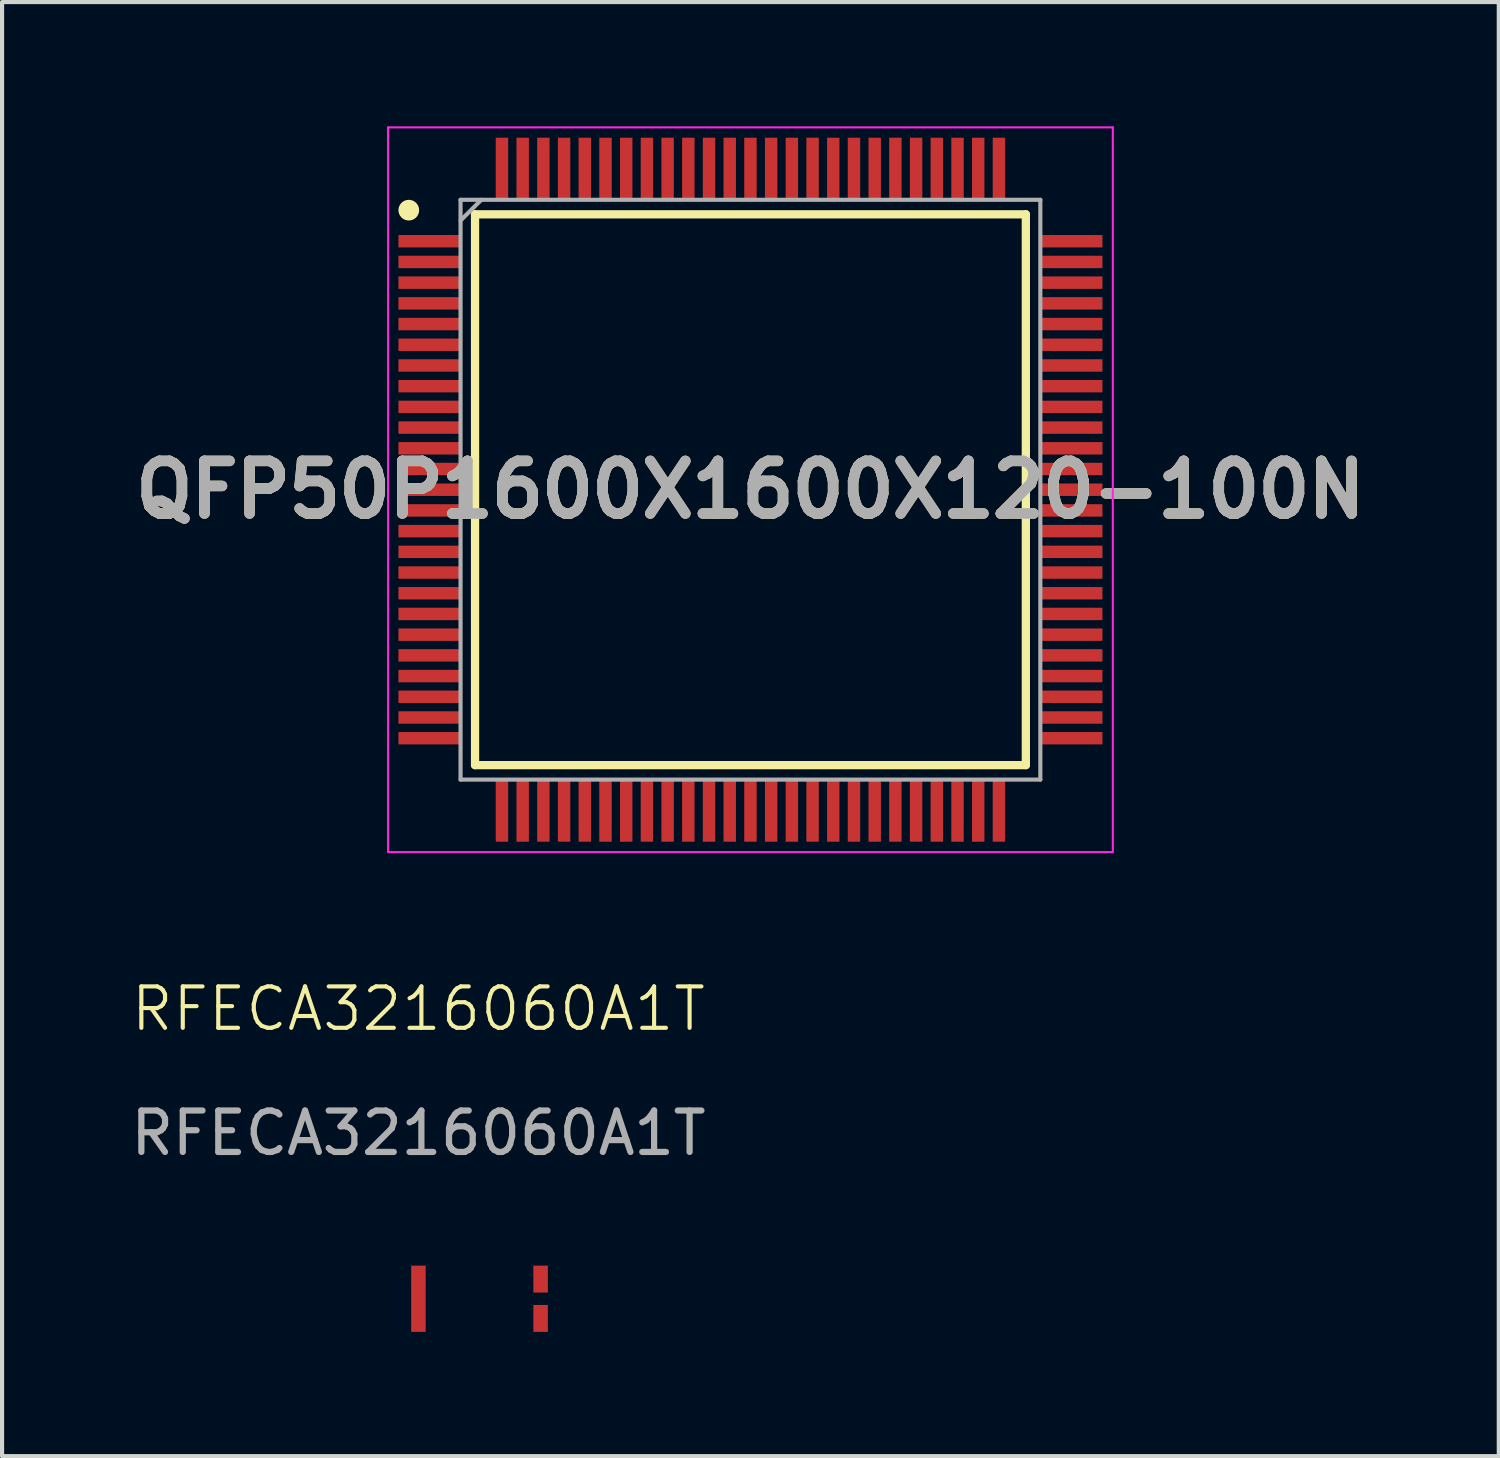
<source format=kicad_pcb>
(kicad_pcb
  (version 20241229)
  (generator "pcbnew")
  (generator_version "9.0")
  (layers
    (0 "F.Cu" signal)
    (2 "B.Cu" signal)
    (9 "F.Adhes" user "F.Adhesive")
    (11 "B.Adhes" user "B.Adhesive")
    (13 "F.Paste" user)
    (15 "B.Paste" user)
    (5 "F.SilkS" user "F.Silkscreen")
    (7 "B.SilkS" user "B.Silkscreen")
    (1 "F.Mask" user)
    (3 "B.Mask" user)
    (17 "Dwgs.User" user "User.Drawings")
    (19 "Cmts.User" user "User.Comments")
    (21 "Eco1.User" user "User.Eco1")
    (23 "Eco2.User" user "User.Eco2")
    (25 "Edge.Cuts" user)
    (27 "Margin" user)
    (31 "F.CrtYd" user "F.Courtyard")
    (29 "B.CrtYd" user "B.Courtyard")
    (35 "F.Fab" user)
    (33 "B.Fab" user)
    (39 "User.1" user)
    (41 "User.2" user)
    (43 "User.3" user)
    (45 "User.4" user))
  (footprint "RFECA3216060A1T"
    (layer "F.Cu")
    (at 7.054 28.311)
    (property "Reference" "RFECA3216060A1T" (at 0 -7 0) (unlocked yes) (layer "F.SilkS") (effects (font (size 1 1) (thickness 0.1))))
    (attr smd)
    (fp_text user "${REFERENCE}" (at 0 -4 0) (unlocked yes) (layer "F.Fab") (effects (font (size 1 1) (thickness 0.15))))
    (pad "1" smd rect (at 2.95 -0.475) (size 0.35 0.65) (layers "F.Cu" "F.Mask" "F.Paste"))
    (pad "2" smd rect (at 2.95 0.475) (size 0.35 0.65) (layers "F.Cu" "F.Mask" "F.Paste"))
    (pad "3" smd rect (at 0 0) (size 0.35 1.6) (layers "F.Cu" "F.Mask" "F.Paste")))
  (footprint "QFP50P1600X1600X120-100N"
    (layer "F.Cu")
    (at 15.071 8.775)
    (property "Reference" "QFP50P1600X1600X120-100N" (at 0 0 0) (layer "F.SilkS") (effects (font (size 1.27 1.27) (thickness 0.254))))
    (attr smd)
    (fp_line (start -6.65 -6.65) (end 6.65 -6.65) (stroke (width 0.2) (type solid)) (layer "F.SilkS"))
    (fp_line (start -6.65 6.65) (end -6.65 -6.65) (stroke (width 0.2) (type solid)) (layer "F.SilkS"))
    (fp_line (start 6.65 -6.65) (end 6.65 6.65) (stroke (width 0.2) (type solid)) (layer "F.SilkS"))
    (fp_line (start 6.65 6.65) (end -6.65 6.65) (stroke (width 0.2) (type solid)) (layer "F.SilkS"))
    (fp_circle (center -8.25 -6.75) (end -8.25 -6.625) (stroke (width 0.25) (type solid)) (fill no) (layer "F.SilkS"))
    (fp_line (start -8.75 -8.75) (end 8.75 -8.75) (stroke (width 0.05) (type solid)) (layer "F.CrtYd"))
    (fp_line (start -8.75 8.75) (end -8.75 -8.75) (stroke (width 0.05) (type solid)) (layer "F.CrtYd"))
    (fp_line (start 8.75 -8.75) (end 8.75 8.75) (stroke (width 0.05) (type solid)) (layer "F.CrtYd"))
    (fp_line (start 8.75 8.75) (end -8.75 8.75) (stroke (width 0.05) (type solid)) (layer "F.CrtYd"))
    (fp_line (start -7 -7) (end 7 -7) (stroke (width 0.1) (type solid)) (layer "F.Fab"))
    (fp_line (start -7 -6.5) (end -6.5 -7) (stroke (width 0.1) (type solid)) (layer "F.Fab"))
    (fp_line (start -7 7) (end -7 -7) (stroke (width 0.1) (type solid)) (layer "F.Fab"))
    (fp_line (start 7 -7) (end 7 7) (stroke (width 0.1) (type solid)) (layer "F.Fab"))
    (fp_line (start 7 7) (end -7 7) (stroke (width 0.1) (type solid)) (layer "F.Fab"))
    (fp_text user "${REFERENCE}" (at 0 0 0) (layer "F.Fab") (effects (font (size 1.27 1.27) (thickness 0.254))))
    (pad "1" smd rect (at -7.75 -6 90) (size 0.3 1.5) (layers "F.Cu" "F.Mask" "F.Paste"))
    (pad "2" smd rect (at -7.75 -5.5 90) (size 0.3 1.5) (layers "F.Cu" "F.Mask" "F.Paste"))
    (pad "3" smd rect (at -7.75 -5 90) (size 0.3 1.5) (layers "F.Cu" "F.Mask" "F.Paste"))
    (pad "4" smd rect (at -7.75 -4.5 90) (size 0.3 1.5) (layers "F.Cu" "F.Mask" "F.Paste"))
    (pad "5" smd rect (at -7.75 -4 90) (size 0.3 1.5) (layers "F.Cu" "F.Mask" "F.Paste"))
    (pad "6" smd rect (at -7.75 -3.5 90) (size 0.3 1.5) (layers "F.Cu" "F.Mask" "F.Paste"))
    (pad "7" smd rect (at -7.75 -3 90) (size 0.3 1.5) (layers "F.Cu" "F.Mask" "F.Paste"))
    (pad "8" smd rect (at -7.75 -2.5 90) (size 0.3 1.5) (layers "F.Cu" "F.Mask" "F.Paste"))
    (pad "9" smd rect (at -7.75 -2 90) (size 0.3 1.5) (layers "F.Cu" "F.Mask" "F.Paste"))
    (pad "10" smd rect (at -7.75 -1.5 90) (size 0.3 1.5) (layers "F.Cu" "F.Mask" "F.Paste"))
    (pad "11" smd rect (at -7.75 -1 90) (size 0.3 1.5) (layers "F.Cu" "F.Mask" "F.Paste"))
    (pad "12" smd rect (at -7.75 -0.5 90) (size 0.3 1.5) (layers "F.Cu" "F.Mask" "F.Paste"))
    (pad "13" smd rect (at -7.75 0 90) (size 0.3 1.5) (layers "F.Cu" "F.Mask" "F.Paste"))
    (pad "14" smd rect (at -7.75 0.5 90) (size 0.3 1.5) (layers "F.Cu" "F.Mask" "F.Paste"))
    (pad "15" smd rect (at -7.75 1 90) (size 0.3 1.5) (layers "F.Cu" "F.Mask" "F.Paste"))
    (pad "16" smd rect (at -7.75 1.5 90) (size 0.3 1.5) (layers "F.Cu" "F.Mask" "F.Paste"))
    (pad "17" smd rect (at -7.75 2 90) (size 0.3 1.5) (layers "F.Cu" "F.Mask" "F.Paste"))
    (pad "18" smd rect (at -7.75 2.5 90) (size 0.3 1.5) (layers "F.Cu" "F.Mask" "F.Paste"))
    (pad "19" smd rect (at -7.75 3 90) (size 0.3 1.5) (layers "F.Cu" "F.Mask" "F.Paste"))
    (pad "20" smd rect (at -7.75 3.5 90) (size 0.3 1.5) (layers "F.Cu" "F.Mask" "F.Paste"))
    (pad "21" smd rect (at -7.75 4 90) (size 0.3 1.5) (layers "F.Cu" "F.Mask" "F.Paste"))
    (pad "22" smd rect (at -7.75 4.5 90) (size 0.3 1.5) (layers "F.Cu" "F.Mask" "F.Paste"))
    (pad "23" smd rect (at -7.75 5 90) (size 0.3 1.5) (layers "F.Cu" "F.Mask" "F.Paste"))
    (pad "24" smd rect (at -7.75 5.5 90) (size 0.3 1.5) (layers "F.Cu" "F.Mask" "F.Paste"))
    (pad "25" smd rect (at -7.75 6 90) (size 0.3 1.5) (layers "F.Cu" "F.Mask" "F.Paste"))
    (pad "26" smd rect (at -6 7.75) (size 0.3 1.5) (layers "F.Cu" "F.Mask" "F.Paste"))
    (pad "27" smd rect (at -5.5 7.75) (size 0.3 1.5) (layers "F.Cu" "F.Mask" "F.Paste"))
    (pad "28" smd rect (at -5 7.75) (size 0.3 1.5) (layers "F.Cu" "F.Mask" "F.Paste"))
    (pad "29" smd rect (at -4.5 7.75) (size 0.3 1.5) (layers "F.Cu" "F.Mask" "F.Paste"))
    (pad "30" smd rect (at -4 7.75) (size 0.3 1.5) (layers "F.Cu" "F.Mask" "F.Paste"))
    (pad "31" smd rect (at -3.5 7.75) (size 0.3 1.5) (layers "F.Cu" "F.Mask" "F.Paste"))
    (pad "32" smd rect (at -3 7.75) (size 0.3 1.5) (layers "F.Cu" "F.Mask" "F.Paste"))
    (pad "33" smd rect (at -2.5 7.75) (size 0.3 1.5) (layers "F.Cu" "F.Mask" "F.Paste"))
    (pad "34" smd rect (at -2 7.75) (size 0.3 1.5) (layers "F.Cu" "F.Mask" "F.Paste"))
    (pad "35" smd rect (at -1.5 7.75) (size 0.3 1.5) (layers "F.Cu" "F.Mask" "F.Paste"))
    (pad "36" smd rect (at -1 7.75) (size 0.3 1.5) (layers "F.Cu" "F.Mask" "F.Paste"))
    (pad "37" smd rect (at -0.5 7.75) (size 0.3 1.5) (layers "F.Cu" "F.Mask" "F.Paste"))
    (pad "38" smd rect (at 0 7.75) (size 0.3 1.5) (layers "F.Cu" "F.Mask" "F.Paste"))
    (pad "39" smd rect (at 0.5 7.75) (size 0.3 1.5) (layers "F.Cu" "F.Mask" "F.Paste"))
    (pad "40" smd rect (at 1 7.75) (size 0.3 1.5) (layers "F.Cu" "F.Mask" "F.Paste"))
    (pad "41" smd rect (at 1.5 7.75) (size 0.3 1.5) (layers "F.Cu" "F.Mask" "F.Paste"))
    (pad "42" smd rect (at 2 7.75) (size 0.3 1.5) (layers "F.Cu" "F.Mask" "F.Paste"))
    (pad "43" smd rect (at 2.5 7.75) (size 0.3 1.5) (layers "F.Cu" "F.Mask" "F.Paste"))
    (pad "44" smd rect (at 3 7.75) (size 0.3 1.5) (layers "F.Cu" "F.Mask" "F.Paste"))
    (pad "45" smd rect (at 3.5 7.75) (size 0.3 1.5) (layers "F.Cu" "F.Mask" "F.Paste"))
    (pad "46" smd rect (at 4 7.75) (size 0.3 1.5) (layers "F.Cu" "F.Mask" "F.Paste"))
    (pad "47" smd rect (at 4.5 7.75) (size 0.3 1.5) (layers "F.Cu" "F.Mask" "F.Paste"))
    (pad "48" smd rect (at 5 7.75) (size 0.3 1.5) (layers "F.Cu" "F.Mask" "F.Paste"))
    (pad "49" smd rect (at 5.5 7.75) (size 0.3 1.5) (layers "F.Cu" "F.Mask" "F.Paste"))
    (pad "50" smd rect (at 6 7.75) (size 0.3 1.5) (layers "F.Cu" "F.Mask" "F.Paste"))
    (pad "51" smd rect (at 7.75 6 90) (size 0.3 1.5) (layers "F.Cu" "F.Mask" "F.Paste"))
    (pad "52" smd rect (at 7.75 5.5 90) (size 0.3 1.5) (layers "F.Cu" "F.Mask" "F.Paste"))
    (pad "53" smd rect (at 7.75 5 90) (size 0.3 1.5) (layers "F.Cu" "F.Mask" "F.Paste"))
    (pad "54" smd rect (at 7.75 4.5 90) (size 0.3 1.5) (layers "F.Cu" "F.Mask" "F.Paste"))
    (pad "55" smd rect (at 7.75 4 90) (size 0.3 1.5) (layers "F.Cu" "F.Mask" "F.Paste"))
    (pad "56" smd rect (at 7.75 3.5 90) (size 0.3 1.5) (layers "F.Cu" "F.Mask" "F.Paste"))
    (pad "57" smd rect (at 7.75 3 90) (size 0.3 1.5) (layers "F.Cu" "F.Mask" "F.Paste"))
    (pad "58" smd rect (at 7.75 2.5 90) (size 0.3 1.5) (layers "F.Cu" "F.Mask" "F.Paste"))
    (pad "59" smd rect (at 7.75 2 90) (size 0.3 1.5) (layers "F.Cu" "F.Mask" "F.Paste"))
    (pad "60" smd rect (at 7.75 1.5 90) (size 0.3 1.5) (layers "F.Cu" "F.Mask" "F.Paste"))
    (pad "61" smd rect (at 7.75 1 90) (size 0.3 1.5) (layers "F.Cu" "F.Mask" "F.Paste"))
    (pad "62" smd rect (at 7.75 0.5 90) (size 0.3 1.5) (layers "F.Cu" "F.Mask" "F.Paste"))
    (pad "63" smd rect (at 7.75 0 90) (size 0.3 1.5) (layers "F.Cu" "F.Mask" "F.Paste"))
    (pad "64" smd rect (at 7.75 -0.5 90) (size 0.3 1.5) (layers "F.Cu" "F.Mask" "F.Paste"))
    (pad "65" smd rect (at 7.75 -1 90) (size 0.3 1.5) (layers "F.Cu" "F.Mask" "F.Paste"))
    (pad "66" smd rect (at 7.75 -1.5 90) (size 0.3 1.5) (layers "F.Cu" "F.Mask" "F.Paste"))
    (pad "67" smd rect (at 7.75 -2 90) (size 0.3 1.5) (layers "F.Cu" "F.Mask" "F.Paste"))
    (pad "68" smd rect (at 7.75 -2.5 90) (size 0.3 1.5) (layers "F.Cu" "F.Mask" "F.Paste"))
    (pad "69" smd rect (at 7.75 -3 90) (size 0.3 1.5) (layers "F.Cu" "F.Mask" "F.Paste"))
    (pad "70" smd rect (at 7.75 -3.5 90) (size 0.3 1.5) (layers "F.Cu" "F.Mask" "F.Paste"))
    (pad "71" smd rect (at 7.75 -4 90) (size 0.3 1.5) (layers "F.Cu" "F.Mask" "F.Paste"))
    (pad "72" smd rect (at 7.75 -4.5 90) (size 0.3 1.5) (layers "F.Cu" "F.Mask" "F.Paste"))
    (pad "73" smd rect (at 7.75 -5 90) (size 0.3 1.5) (layers "F.Cu" "F.Mask" "F.Paste"))
    (pad "74" smd rect (at 7.75 -5.5 90) (size 0.3 1.5) (layers "F.Cu" "F.Mask" "F.Paste"))
    (pad "75" smd rect (at 7.75 -6 90) (size 0.3 1.5) (layers "F.Cu" "F.Mask" "F.Paste"))
    (pad "76" smd rect (at 6 -7.75) (size 0.3 1.5) (layers "F.Cu" "F.Mask" "F.Paste"))
    (pad "77" smd rect (at 5.5 -7.75) (size 0.3 1.5) (layers "F.Cu" "F.Mask" "F.Paste"))
    (pad "78" smd rect (at 5 -7.75) (size 0.3 1.5) (layers "F.Cu" "F.Mask" "F.Paste"))
    (pad "79" smd rect (at 4.5 -7.75) (size 0.3 1.5) (layers "F.Cu" "F.Mask" "F.Paste"))
    (pad "80" smd rect (at 4 -7.75) (size 0.3 1.5) (layers "F.Cu" "F.Mask" "F.Paste"))
    (pad "81" smd rect (at 3.5 -7.75) (size 0.3 1.5) (layers "F.Cu" "F.Mask" "F.Paste"))
    (pad "82" smd rect (at 3 -7.75) (size 0.3 1.5) (layers "F.Cu" "F.Mask" "F.Paste"))
    (pad "83" smd rect (at 2.5 -7.75) (size 0.3 1.5) (layers "F.Cu" "F.Mask" "F.Paste"))
    (pad "84" smd rect (at 2 -7.75) (size 0.3 1.5) (layers "F.Cu" "F.Mask" "F.Paste"))
    (pad "85" smd rect (at 1.5 -7.75) (size 0.3 1.5) (layers "F.Cu" "F.Mask" "F.Paste"))
    (pad "86" smd rect (at 1 -7.75) (size 0.3 1.5) (layers "F.Cu" "F.Mask" "F.Paste"))
    (pad "87" smd rect (at 0.5 -7.75) (size 0.3 1.5) (layers "F.Cu" "F.Mask" "F.Paste"))
    (pad "88" smd rect (at 0 -7.75) (size 0.3 1.5) (layers "F.Cu" "F.Mask" "F.Paste"))
    (pad "89" smd rect (at -0.5 -7.75) (size 0.3 1.5) (layers "F.Cu" "F.Mask" "F.Paste"))
    (pad "90" smd rect (at -1 -7.75) (size 0.3 1.5) (layers "F.Cu" "F.Mask" "F.Paste"))
    (pad "91" smd rect (at -1.5 -7.75) (size 0.3 1.5) (layers "F.Cu" "F.Mask" "F.Paste"))
    (pad "92" smd rect (at -2 -7.75) (size 0.3 1.5) (layers "F.Cu" "F.Mask" "F.Paste"))
    (pad "93" smd rect (at -2.5 -7.75) (size 0.3 1.5) (layers "F.Cu" "F.Mask" "F.Paste"))
    (pad "94" smd rect (at -3 -7.75) (size 0.3 1.5) (layers "F.Cu" "F.Mask" "F.Paste"))
    (pad "95" smd rect (at -3.5 -7.75) (size 0.3 1.5) (layers "F.Cu" "F.Mask" "F.Paste"))
    (pad "96" smd rect (at -4 -7.75) (size 0.3 1.5) (layers "F.Cu" "F.Mask" "F.Paste"))
    (pad "97" smd rect (at -4.5 -7.75) (size 0.3 1.5) (layers "F.Cu" "F.Mask" "F.Paste"))
    (pad "98" smd rect (at -5 -7.75) (size 0.3 1.5) (layers "F.Cu" "F.Mask" "F.Paste"))
    (pad "99" smd rect (at -5.5 -7.75) (size 0.3 1.5) (layers "F.Cu" "F.Mask" "F.Paste"))
    (pad "100" smd rect (at -6 -7.75) (size 0.3 1.5) (layers "F.Cu" "F.Mask" "F.Paste")))
  (gr_rect
    (start -3 -3)
    (end 33.141 32.111)
    (stroke (width 0.1) (type default))
    (fill no)
    (layer "Edge.Cuts")))
</source>
